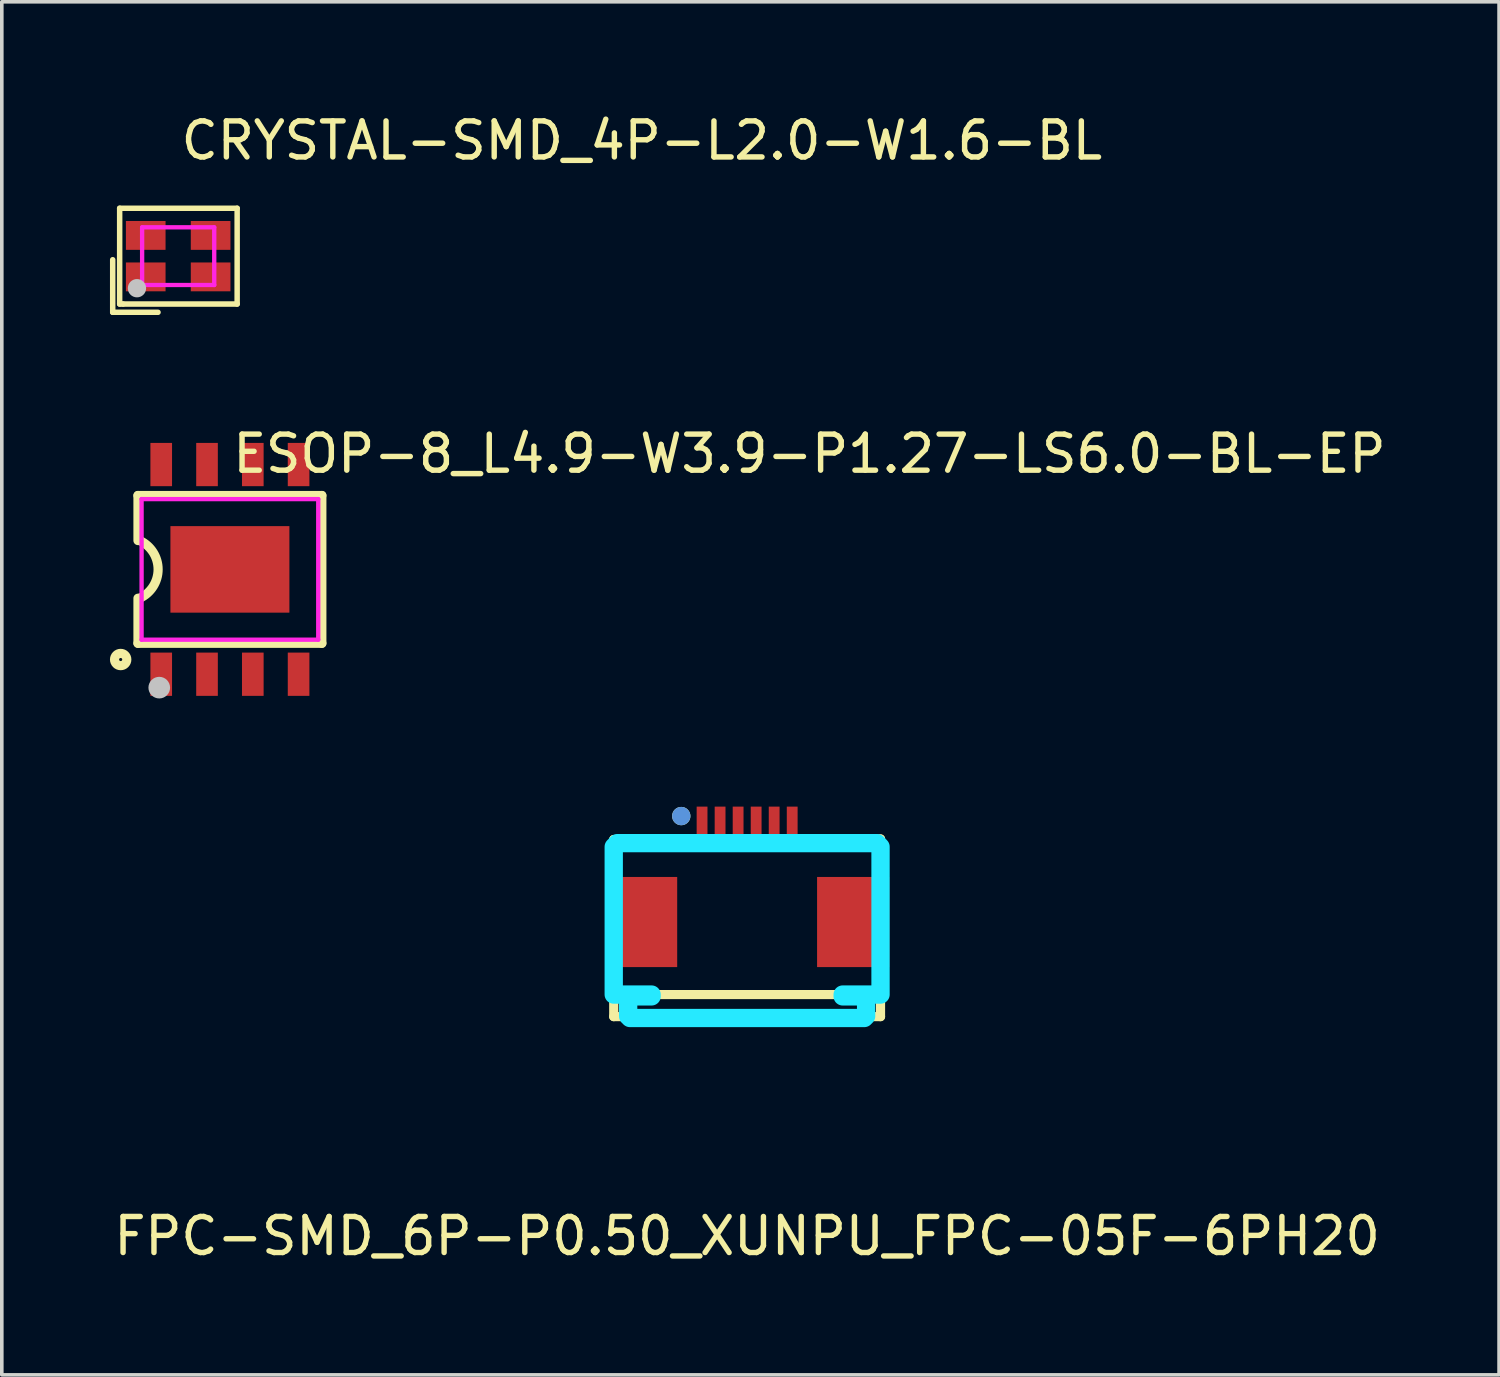
<source format=kicad_pcb>
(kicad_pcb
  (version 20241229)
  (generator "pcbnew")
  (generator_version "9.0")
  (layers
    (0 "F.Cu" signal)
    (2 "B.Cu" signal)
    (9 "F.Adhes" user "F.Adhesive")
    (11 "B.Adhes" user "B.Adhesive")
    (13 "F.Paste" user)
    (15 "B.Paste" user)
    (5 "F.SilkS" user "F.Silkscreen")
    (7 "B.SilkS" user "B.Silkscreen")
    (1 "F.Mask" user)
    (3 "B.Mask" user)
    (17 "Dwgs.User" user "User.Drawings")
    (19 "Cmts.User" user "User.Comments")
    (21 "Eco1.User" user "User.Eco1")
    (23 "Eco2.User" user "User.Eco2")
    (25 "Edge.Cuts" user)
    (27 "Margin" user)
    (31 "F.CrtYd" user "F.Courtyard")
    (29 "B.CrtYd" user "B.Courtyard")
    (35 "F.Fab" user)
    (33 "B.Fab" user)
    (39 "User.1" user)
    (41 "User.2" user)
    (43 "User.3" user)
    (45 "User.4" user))
  (footprint "CRYSTAL-SMD_4P-L2.0-W1.6-BL"
    (layer "F.Cu")
    (at 1.892 4.055)
    (property "Reference" "CRYSTAL-SMD_4P-L2.0-W1.6-BL" (at 0 -3.207 0) (layer "F.SilkS") (effects (font (size 1 1) (thickness 0.15)) (justify left)))
    (attr through_hole)
    (fp_line (start -1.816 0.099) (end -1.816 1.557) (stroke (width 0.152) (type solid)) (layer "F.SilkS"))
    (fp_line (start -1.816 1.557) (end -0.559 1.557) (stroke (width 0.152) (type solid)) (layer "F.SilkS"))
    (fp_line (start -1.623 -1.328) (end 1.636 -1.328) (stroke (width 0.152) (type solid)) (layer "F.SilkS"))
    (fp_line (start -1.623 1.328) (end -1.623 -1.328) (stroke (width 0.152) (type solid)) (layer "F.SilkS"))
    (fp_line (start -1.529 1.328) (end -1.623 1.328) (stroke (width 0.152) (type solid)) (layer "F.SilkS"))
    (fp_line (start 1.636 -1.328) (end 1.636 1.328) (stroke (width 0.152) (type solid)) (layer "F.SilkS"))
    (fp_line (start 1.636 1.328) (end -1.529 1.328) (stroke (width 0.152) (type solid)) (layer "F.SilkS"))
    (fp_circle (center -1.143 0.889) (end -1.016 0.889) (stroke (width 0.254) (type solid)) (fill no) (layer "Dwgs.User"))
    (fp_circle (center -1 0.8) (end -0.97 0.8) (stroke (width 0.06) (type solid)) (fill no) (layer "Eco2.User"))
    (fp_poly (pts (xy -0.95 -0.275) (xy -0.95 -0.75) (xy -0.375 -0.75) (xy -0.375 -0.275)) (stroke (width 0.12) (type solid)) (fill no) (layer "Eco2.User"))
    (fp_poly (pts (xy -0.95 0.75) (xy -0.95 0.275) (xy -0.375 0.275) (xy -0.375 0.75)) (stroke (width 0.12) (type solid)) (fill no) (layer "Eco2.User"))
    (fp_poly (pts (xy 0.95 -0.75) (xy 0.95 -0.275) (xy 0.375 -0.275) (xy 0.375 -0.75)) (stroke (width 0.12) (type solid)) (fill no) (layer "Eco2.User"))
    (fp_poly (pts (xy 0.95 0.275) (xy 0.95 0.75) (xy 0.375 0.75) (xy 0.375 0.275)) (stroke (width 0.12) (type solid)) (fill no) (layer "Eco2.User"))
    (fp_line (start -1 -0.8) (end 1 -0.8) (stroke (width 0.12) (type solid)) (layer "F.CrtYd"))
    (fp_line (start -1 0.8) (end -1 -0.8) (stroke (width 0.12) (type solid)) (layer "F.CrtYd"))
    (fp_line (start 1 -0.8) (end 1 0.8) (stroke (width 0.12) (type solid)) (layer "F.CrtYd"))
    (fp_line (start 1 0.8) (end -1 0.8) (stroke (width 0.12) (type solid)) (layer "F.CrtYd"))
    (pad "1" smd rect (at -0.9 0.575) (size 1.1 0.8) (layers "F.Cu" "F.Mask" "F.Paste"))
    (pad "2" smd rect (at 0.9 0.575) (size 1.1 0.8) (layers "F.Cu" "F.Mask" "F.Paste"))
    (pad "3" smd rect (at 0.9 -0.575) (size 1.1 0.8) (layers "F.Cu" "F.Mask" "F.Paste"))
    (pad "4" smd rect (at -0.9 -0.575) (size 1.1 0.8) (layers "F.Cu" "F.Mask" "F.Paste")))
  (footprint "FPC-SMD_6P-P0.50_XUNPU_FPC-05F-6PH20"
    (layer "F.Cu")
    (at 17.673 21.236)
    (property "Reference" "FPC-SMD_6P-P0.50_XUNPU_FPC-05F-6PH20" (at 0 10 0) (layer "F.SilkS") (effects (font (size 1 1) (thickness 0.15))))
    (attr through_hole)
    (fp_line (start -3.7 -1) (end -1.631 -1) (stroke (width 0.254) (type solid)) (layer "F.SilkS"))
    (fp_line (start -3.7 -0.194) (end -3.7 -1) (stroke (width 0.254) (type solid)) (layer "F.SilkS"))
    (fp_line (start -3.7 3.912) (end -3.7 2.769) (stroke (width 0.254) (type solid)) (layer "F.SilkS"))
    (fp_line (start -3.7 3.912) (end 3.7 3.912) (stroke (width 0.254) (type solid)) (layer "F.SilkS"))
    (fp_line (start -3.55 3.3) (end 3.7 3.3) (stroke (width 0.254) (type solid)) (layer "F.SilkS"))
    (fp_line (start 3.7 -1.016) (end 1.631 -1.016) (stroke (width 0.254) (type solid)) (layer "F.SilkS"))
    (fp_line (start 3.7 -0.194) (end 3.7 -1.016) (stroke (width 0.254) (type solid)) (layer "F.SilkS"))
    (fp_line (start 3.7 3.912) (end 3.7 2.769) (stroke (width 0.254) (type solid)) (layer "F.SilkS"))
    (fp_circle (center -1.827 -1.651) (end -1.827 -1.524) (stroke (width 0.254) (type solid)) (fill no) (layer "F.SilkS"))
    (fp_circle (center -1.827 -1.651) (end -1.827 -1.524) (stroke (width 0.254) (type solid)) (fill no) (layer "Cmts.User"))
    (fp_poly (pts (xy 3.7 0) (xy 3.7 -0.8) (xy 3.6 -0.9) (xy -3.6 -0.9) (xy -3.7 -0.8) (xy -3.7 3.3) (xy -2.65 3.3) (xy -2.65 3.35) (xy -3.25 3.35) (xy -3.3 3.4) (xy -3.3 3.9) (xy -3.25 3.95) (xy 3.25 3.95) (xy 3.3 3.9) (xy 3.3 3.4) (xy 3.25 3.35) (xy 2.65 3.35) (xy 2.65 3.3) (xy 3.7 3.3)) (stroke (width 0.508) (type solid)) (fill no) (layer "B.CrtYd"))
    (pad "1" smd rect (at -1.25 -1.288) (size 0.3 1.25) (layers "F.Cu" "F.Mask" "F.Paste"))
    (pad "2" smd rect (at -0.75 -1.288) (size 0.3 1.25) (layers "F.Cu" "F.Mask" "F.Paste"))
    (pad "3" smd rect (at -0.25 -1.288) (size 0.3 1.25) (layers "F.Cu" "F.Mask" "F.Paste"))
    (pad "4" smd rect (at 0.25 -1.288) (size 0.3 1.25) (layers "F.Cu" "F.Mask" "F.Paste"))
    (pad "5" smd rect (at 0.75 -1.288) (size 0.3 1.25) (layers "F.Cu" "F.Mask" "F.Paste"))
    (pad "6" smd rect (at 1.25 -1.288) (size 0.3 1.25) (layers "F.Cu" "F.Mask" "F.Paste"))
    (pad "7" smd rect (at 2.94 1.288) (size 2 2.5) (layers "F.Cu" "F.Mask" "F.Paste"))
    (pad "8" smd rect (at -2.94 1.288) (size 2 2.5) (layers "F.Cu" "F.Mask" "F.Paste")))
  (footprint "ESOP-8_L4.9-W3.9-P1.27-LS6.0-BL-EP"
    (layer "F.Cu")
    (at 3.327 12.743)
    (property "Reference" "ESOP-8_L4.9-W3.9-P1.27-LS6.0-BL-EP" (at 0 -3.207 0) (layer "F.SilkS") (effects (font (size 1 1) (thickness 0.15)) (justify left)))
    (attr through_hole)
    (fp_line (start -2.55 -2.05) (end 2.55 -2.05) (stroke (width 0.254) (type solid)) (layer "F.SilkS"))
    (fp_line (start -2.55 -0.8) (end -2.55 -2.05) (stroke (width 0.254) (type solid)) (layer "F.SilkS"))
    (fp_line (start -2.55 0.8) (end -2.55 2.05) (stroke (width 0.254) (type solid)) (layer "F.SilkS"))
    (fp_line (start 2.55 -2.05) (end 2.55 2.05) (stroke (width 0.254) (type solid)) (layer "F.SilkS"))
    (fp_line (start 2.55 2.05) (end -2.55 2.05) (stroke (width 0.254) (type solid)) (layer "F.SilkS"))
    (fp_arc (start -2.499607 -0.799815) (mid -1.991471 0.000217) (end -2.5 0.8) (stroke (width 0.254) (type solid)) (layer "F.SilkS"))
    (fp_circle (center -3.03 2.5) (end -2.86 2.5) (stroke (width 0.254) (type solid)) (fill no) (layer "F.SilkS"))
    (fp_circle (center -1.96 3.28) (end -1.81 3.28) (stroke (width 0.3) (type solid)) (fill no) (layer "Dwgs.User"))
    (fp_line (start -2.105 -2.31) (end -1.705 -2.31) (stroke (width 0.12) (type solid)) (layer "Eco2.User"))
    (fp_line (start -2.105 -1.94) (end -2.105 -2.31) (stroke (width 0.12) (type solid)) (layer "Eco2.User"))
    (fp_line (start -2.105 1.94) (end -1.705 1.94) (stroke (width 0.12) (type solid)) (layer "Eco2.User"))
    (fp_line (start -2.105 2.31) (end -2.105 1.94) (stroke (width 0.12) (type solid)) (layer "Eco2.User"))
    (fp_line (start -1.705 -2.31) (end -1.705 -1.94) (stroke (width 0.12) (type solid)) (layer "Eco2.User"))
    (fp_line (start -1.705 -1.94) (end -2.105 -1.94) (stroke (width 0.12) (type solid)) (layer "Eco2.User"))
    (fp_line (start -1.705 1.94) (end -1.705 2.31) (stroke (width 0.12) (type solid)) (layer "Eco2.User"))
    (fp_line (start -1.705 2.31) (end -2.105 2.31) (stroke (width 0.12) (type solid)) (layer "Eco2.User"))
    (fp_line (start -0.835 -2.31) (end -0.435 -2.31) (stroke (width 0.12) (type solid)) (layer "Eco2.User"))
    (fp_line (start -0.835 -1.94) (end -0.835 -2.31) (stroke (width 0.12) (type solid)) (layer "Eco2.User"))
    (fp_line (start -0.835 1.94) (end -0.435 1.94) (stroke (width 0.12) (type solid)) (layer "Eco2.User"))
    (fp_line (start -0.835 2.31) (end -0.835 1.94) (stroke (width 0.12) (type solid)) (layer "Eco2.User"))
    (fp_line (start -0.435 -2.31) (end -0.435 -1.94) (stroke (width 0.12) (type solid)) (layer "Eco2.User"))
    (fp_line (start -0.435 -1.94) (end -0.835 -1.94) (stroke (width 0.12) (type solid)) (layer "Eco2.User"))
    (fp_line (start -0.435 1.94) (end -0.435 2.31) (stroke (width 0.12) (type solid)) (layer "Eco2.User"))
    (fp_line (start -0.435 2.31) (end -0.835 2.31) (stroke (width 0.12) (type solid)) (layer "Eco2.User"))
    (fp_line (start 0.435 -2.31) (end 0.835 -2.31) (stroke (width 0.12) (type solid)) (layer "Eco2.User"))
    (fp_line (start 0.435 -1.94) (end 0.435 -2.31) (stroke (width 0.12) (type solid)) (layer "Eco2.User"))
    (fp_line (start 0.435 1.94) (end 0.835 1.94) (stroke (width 0.12) (type solid)) (layer "Eco2.User"))
    (fp_line (start 0.435 2.31) (end 0.435 1.94) (stroke (width 0.12) (type solid)) (layer "Eco2.User"))
    (fp_line (start 0.835 -2.31) (end 0.835 -1.94) (stroke (width 0.12) (type solid)) (layer "Eco2.User"))
    (fp_line (start 0.835 -1.94) (end 0.435 -1.94) (stroke (width 0.12) (type solid)) (layer "Eco2.User"))
    (fp_line (start 0.835 1.94) (end 0.835 2.31) (stroke (width 0.12) (type solid)) (layer "Eco2.User"))
    (fp_line (start 0.835 2.31) (end 0.435 2.31) (stroke (width 0.12) (type solid)) (layer "Eco2.User"))
    (fp_line (start 1.705 -2.31) (end 2.105 -2.31) (stroke (width 0.12) (type solid)) (layer "Eco2.User"))
    (fp_line (start 1.705 -1.94) (end 1.705 -2.31) (stroke (width 0.12) (type solid)) (layer "Eco2.User"))
    (fp_line (start 1.705 1.94) (end 2.105 1.94) (stroke (width 0.12) (type solid)) (layer "Eco2.User"))
    (fp_line (start 1.705 2.31) (end 1.705 1.94) (stroke (width 0.12) (type solid)) (layer "Eco2.User"))
    (fp_line (start 2.105 -2.31) (end 2.105 -1.94) (stroke (width 0.12) (type solid)) (layer "Eco2.User"))
    (fp_line (start 2.105 -1.94) (end 1.705 -1.94) (stroke (width 0.12) (type solid)) (layer "Eco2.User"))
    (fp_line (start 2.105 1.94) (end 2.105 2.31) (stroke (width 0.12) (type solid)) (layer "Eco2.User"))
    (fp_line (start 2.105 2.31) (end 1.705 2.31) (stroke (width 0.12) (type solid)) (layer "Eco2.User"))
    (fp_circle (center -2.454 2.95) (end -2.424 2.95) (stroke (width 0.06) (type solid)) (fill no) (layer "Eco2.User"))
    (fp_poly (pts (xy -2.105 -2.3) (xy -2.105 -2.95) (xy -1.705 -2.95) (xy -1.705 -2.3)) (stroke (width 0.12) (type solid)) (fill no) (layer "Eco2.User"))
    (fp_poly (pts (xy -2.105 2.95) (xy -2.105 2.3) (xy -1.705 2.3) (xy -1.705 2.95)) (stroke (width 0.12) (type solid)) (fill no) (layer "Eco2.User"))
    (fp_poly (pts (xy -0.835 -2.3) (xy -0.835 -2.95) (xy -0.435 -2.95) (xy -0.435 -2.3)) (stroke (width 0.12) (type solid)) (fill no) (layer "Eco2.User"))
    (fp_poly (pts (xy -0.835 2.95) (xy -0.835 2.3) (xy -0.435 2.3) (xy -0.435 2.95)) (stroke (width 0.12) (type solid)) (fill no) (layer "Eco2.User"))
    (fp_poly (pts (xy 0.435 -2.3) (xy 0.435 -2.95) (xy 0.835 -2.95) (xy 0.835 -2.3)) (stroke (width 0.12) (type solid)) (fill no) (layer "Eco2.User"))
    (fp_poly (pts (xy 0.435 2.95) (xy 0.435 2.3) (xy 0.835 2.3) (xy 0.835 2.95)) (stroke (width 0.12) (type solid)) (fill no) (layer "Eco2.User"))
    (fp_poly (pts (xy 1.65 1.2) (xy -1.65 1.2) (xy -1.65 -1.2) (xy 1.65 -1.2)) (stroke (width 0.12) (type solid)) (fill no) (layer "Eco2.User"))
    (fp_poly (pts (xy 1.705 -2.3) (xy 1.705 -2.95) (xy 2.105 -2.95) (xy 2.105 -2.3)) (stroke (width 0.12) (type solid)) (fill no) (layer "Eco2.User"))
    (fp_poly (pts (xy 1.705 2.95) (xy 1.705 2.3) (xy 2.105 2.3) (xy 2.105 2.95)) (stroke (width 0.12) (type solid)) (fill no) (layer "Eco2.User"))
    (fp_line (start -2.45 -1.95) (end 2.45 -1.95) (stroke (width 0.12) (type solid)) (layer "F.CrtYd"))
    (fp_line (start -2.45 1.95) (end -2.45 -1.95) (stroke (width 0.12) (type solid)) (layer "F.CrtYd"))
    (fp_line (start 2.45 -1.95) (end 2.45 1.95) (stroke (width 0.12) (type solid)) (layer "F.CrtYd"))
    (fp_line (start 2.45 1.95) (end -2.45 1.95) (stroke (width 0.12) (type solid)) (layer "F.CrtYd"))
    (pad "1" smd rect (at -1.905 2.908) (size 0.6 1.2) (layers "F.Cu" "F.Mask" "F.Paste"))
    (pad "2" smd rect (at -0.635 2.908) (size 0.6 1.2) (layers "F.Cu" "F.Mask" "F.Paste"))
    (pad "3" smd rect (at 0.635 2.908) (size 0.6 1.2) (layers "F.Cu" "F.Mask" "F.Paste"))
    (pad "4" smd rect (at 1.905 2.908) (size 0.6 1.2) (layers "F.Cu" "F.Mask" "F.Paste"))
    (pad "5" smd rect (at 1.905 -2.908) (size 0.6 1.2) (layers "F.Cu" "F.Mask" "F.Paste"))
    (pad "6" smd rect (at 0.635 -2.908) (size 0.6 1.2) (layers "F.Cu" "F.Mask" "F.Paste"))
    (pad "7" smd rect (at -0.635 -2.908) (size 0.6 1.2) (layers "F.Cu" "F.Mask" "F.Paste"))
    (pad "8" smd rect (at -1.905 -2.908) (size 0.6 1.2) (layers "F.Cu" "F.Mask" "F.Paste"))
    (pad "9" smd rect (at 0 0 180) (size 3.3 2.4) (layers "F.Cu" "F.Mask" "F.Paste")))
  (gr_rect
    (start -3 -3)
    (end 38.529 35.084)
    (stroke (width 0.1) (type default))
    (fill no)
    (layer "Edge.Cuts")))
</source>
